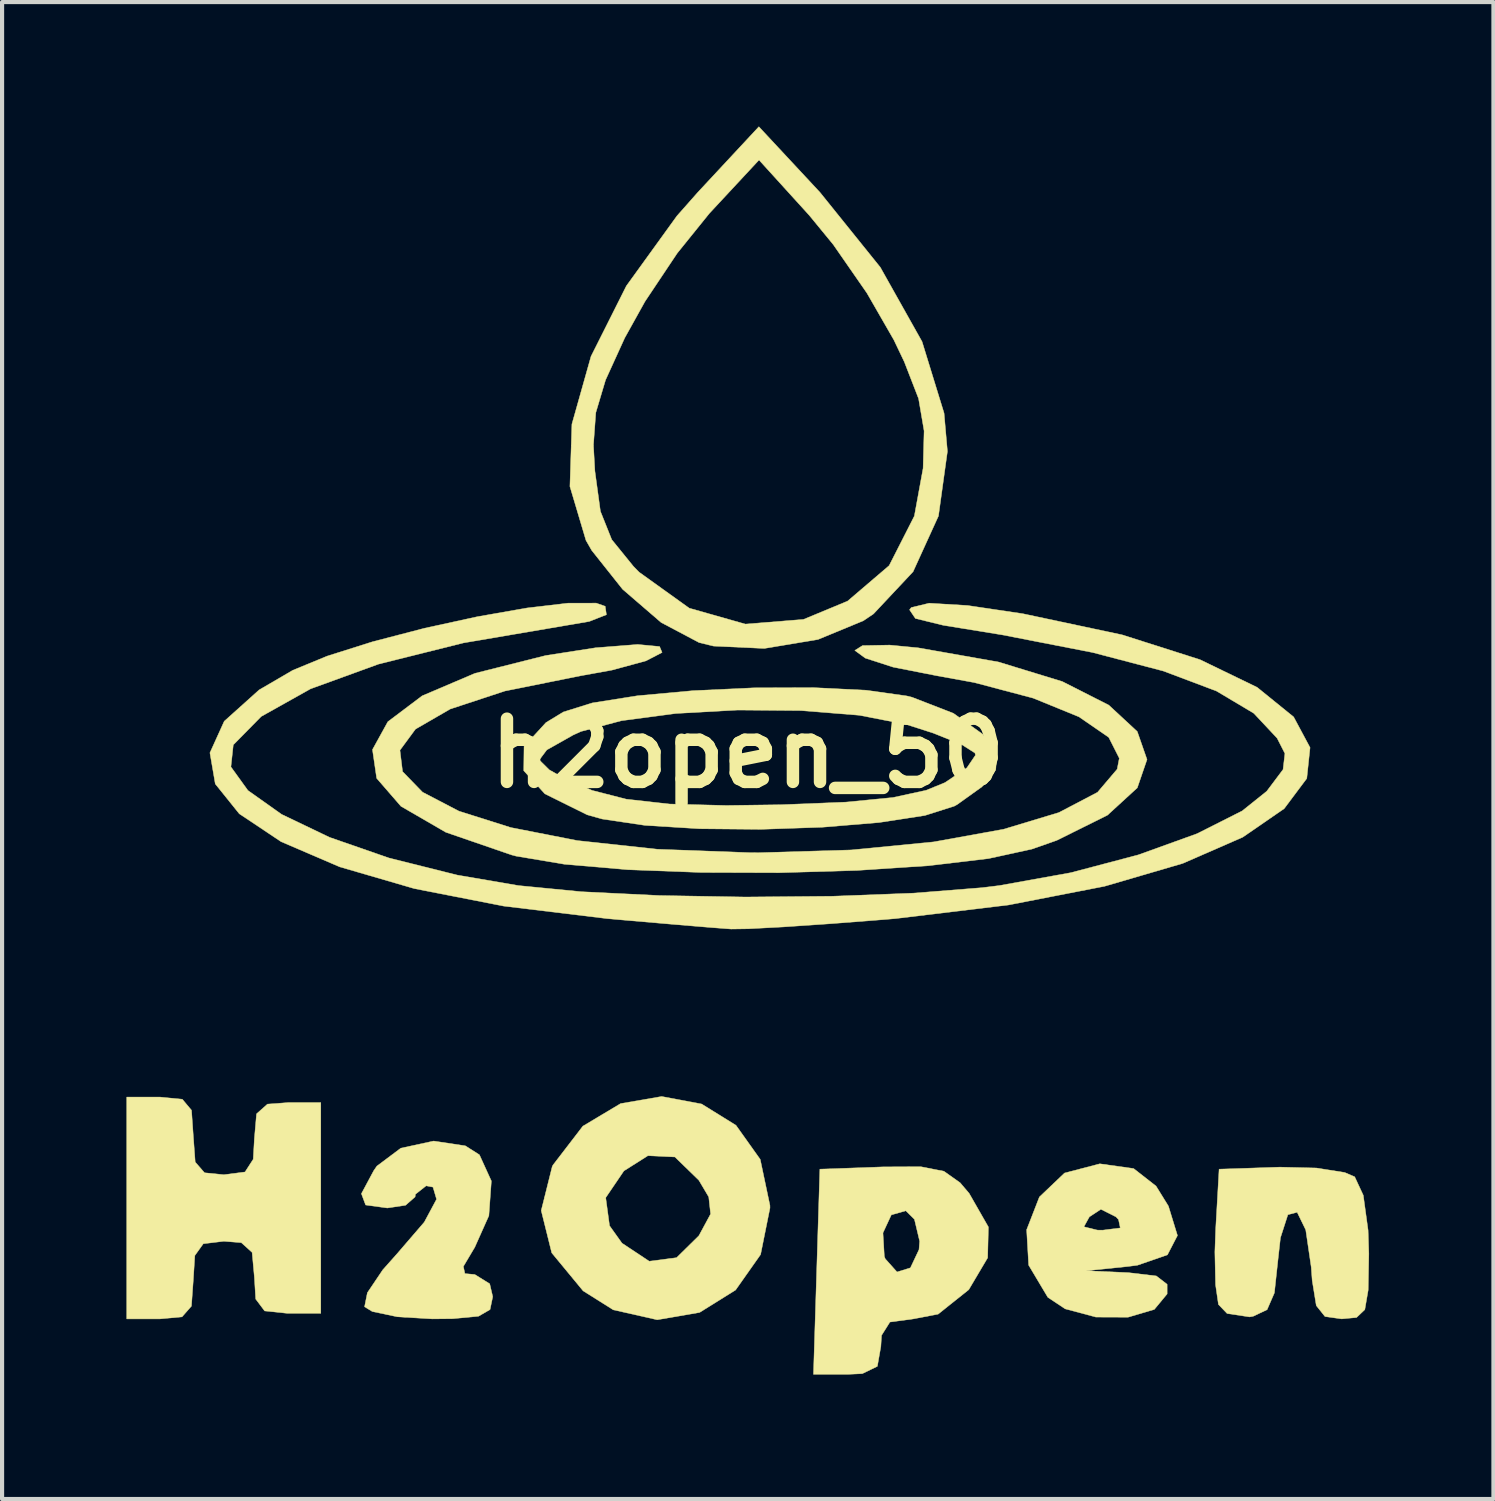
<source format=kicad_pcb>
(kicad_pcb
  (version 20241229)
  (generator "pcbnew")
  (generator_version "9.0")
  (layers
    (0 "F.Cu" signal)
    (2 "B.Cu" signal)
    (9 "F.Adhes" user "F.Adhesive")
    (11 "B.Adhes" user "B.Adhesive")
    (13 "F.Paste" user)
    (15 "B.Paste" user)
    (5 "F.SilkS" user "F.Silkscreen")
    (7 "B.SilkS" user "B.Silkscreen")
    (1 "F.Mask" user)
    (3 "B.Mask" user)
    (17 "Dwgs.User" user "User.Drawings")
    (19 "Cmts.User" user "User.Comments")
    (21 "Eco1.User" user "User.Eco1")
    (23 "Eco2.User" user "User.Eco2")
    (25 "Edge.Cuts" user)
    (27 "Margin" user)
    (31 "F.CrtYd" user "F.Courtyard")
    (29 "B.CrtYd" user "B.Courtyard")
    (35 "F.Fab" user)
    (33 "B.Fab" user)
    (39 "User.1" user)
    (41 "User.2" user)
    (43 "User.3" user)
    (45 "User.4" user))
  (footprint "h2open_50"
    (layer "F.Cu")
    (at 14.978 15.111)
    (property "Reference" "h2open_50" (at 0 0 0) (layer "F.SilkS") (effects (font (size 1.524 1.524) (thickness 0.3))))
    (attr through_hole)
    (fp_poly (pts (xy -13.632 8.341) (xy -13.411 8.605) (xy -13.368 9.224) (xy -13.322 9.854) (xy -13.097 10.113) (xy -12.631 10.16) (xy -12.121 10.094) (xy -11.923 9.787) (xy -11.895 9.291) (xy -11.843 8.692) (xy -11.58 8.458) (xy -11.096 8.422) (xy -10.294 8.422) (xy -10.294 13.502) (xy -11.096 13.502) (xy -11.648 13.444) (xy -11.863 13.158) (xy -11.895 12.633) (xy -11.95 12.033) (xy -12.21 11.798) (xy -12.631 11.764) (xy -13.127 11.824) (xy -13.331 12.109) (xy -13.368 12.7) (xy -13.413 13.329) (xy -13.64 13.587) (xy -14.171 13.636) (xy -14.973 13.636) (xy -14.973 8.288) (xy -14.171 8.288) (xy -13.632 8.341)) (stroke (width 0.01) (type solid)) (fill yes) (layer "F.SilkS"))
    (fp_poly (pts (xy 13.707 9.998) (xy 14.39 10.106) (xy 14.632 10.21) (xy 14.839 10.656) (xy 14.955 11.5) (xy 14.973 12.064) (xy 14.957 12.942) (xy 14.876 13.413) (xy 14.677 13.602) (xy 14.319 13.636) (xy 13.916 13.579) (xy 13.706 13.316) (xy 13.607 12.707) (xy 13.584 12.387) (xy 13.452 11.49) (xy 13.245 11.065) (xy 13.021 11.124) (xy 12.842 11.679) (xy 12.782 12.215) (xy 12.696 13.009) (xy 12.52 13.414) (xy 12.184 13.573) (xy 12.097 13.588) (xy 11.556 13.506) (xy 11.347 13.288) (xy 11.278 12.815) (xy 11.261 12.022) (xy 11.281 11.465) (xy 11.363 10.026) (xy 12.827 9.977) (xy 13.707 9.998)) (stroke (width 0.01) (type solid)) (fill yes) (layer "F.SilkS"))
    (fp_poly (pts (xy 4.728 10.076) (xy 5.119 10.353) (xy 5.337 10.609) (xy 5.801 11.42) (xy 5.783 12.163) (xy 5.328 12.931) (xy 4.59 13.521) (xy 3.991 13.636) (xy 3.427 13.712) (xy 3.225 14.033) (xy 3.208 14.304) (xy 3.124 14.78) (xy 2.761 14.956) (xy 2.396 14.973) (xy 1.584 14.973) (xy 1.661 12.499) (xy 1.69 11.562) (xy 3.259 11.562) (xy 3.292 12.127) (xy 3.314 12.187) (xy 3.598 12.505) (xy 3.921 12.405) (xy 4.128 11.966) (xy 4.144 11.764) (xy 4.018 11.235) (xy 3.81 11.029) (xy 3.46 11.129) (xy 3.259 11.562) (xy 1.69 11.562) (xy 1.738 10.026) (xy 3.265 9.971) (xy 4.171 9.967) (xy 4.728 10.076)) (stroke (width 0.01) (type solid)) (fill yes) (layer "F.SilkS"))
    (fp_poly (pts (xy -1.113 8.455) (xy -0.285 8.968) (xy 0.3 9.79) (xy 0.534 10.9) (xy 0.535 10.962) (xy 0.309 12.084) (xy -0.294 12.94) (xy -1.162 13.481) (xy -2.183 13.657) (xy -3.244 13.417) (xy -3.97 12.96) (xy -4.726 12.044) (xy -4.98 11.023) (xy -4.902 10.713) (xy -3.425 10.713) (xy -3.333 11.39) (xy -3.033 11.81) (xy -2.375 12.246) (xy -1.717 12.16) (xy -1.179 11.631) (xy -0.896 11.107) (xy -0.941 10.696) (xy -1.179 10.294) (xy -1.757 9.732) (xy -2.407 9.701) (xy -2.987 10.068) (xy -3.425 10.713) (xy -4.902 10.713) (xy -4.715 9.964) (xy -4.697 9.928) (xy -3.976 8.989) (xy -3.066 8.445) (xy -2.076 8.274) (xy -1.113 8.455)) (stroke (width 0.01) (type solid)) (fill yes) (layer "F.SilkS"))
    (fp_poly (pts (xy -6.81 9.463) (xy -6.47 9.679) (xy -6.182 10.311) (xy -6.242 11.148) (xy -6.581 11.907) (xy -6.857 12.372) (xy -6.82 12.544) (xy -6.581 12.566) (xy -6.222 12.789) (xy -6.149 13.101) (xy -6.214 13.411) (xy -6.492 13.572) (xy -7.112 13.631) (xy -7.604 13.636) (xy -8.445 13.586) (xy -9.052 13.458) (xy -9.239 13.344) (xy -9.171 13.005) (xy -8.799 12.452) (xy -8.453 12.063) (xy -7.799 11.303) (xy -7.503 10.751) (xy -7.589 10.459) (xy -7.754 10.427) (xy -8.013 10.631) (xy -8.021 10.695) (xy -8.25 10.896) (xy -8.689 10.962) (xy -9.213 10.89) (xy -9.315 10.617) (xy -9.017 10.061) (xy -8.942 9.952) (xy -8.365 9.52) (xy -7.573 9.348) (xy -6.81 9.463)) (stroke (width 0.01) (type solid)) (fill yes) (layer "F.SilkS"))
    (fp_poly (pts (xy 8.489 9.897) (xy 9.302 10.011) (xy 9.843 10.434) (xy 10.141 10.916) (xy 10.359 11.626) (xy 10.117 12.092) (xy 9.395 12.342) (xy 9.172 12.371) (xy 8.155 12.476) (xy 9.177 12.521) (xy 9.85 12.601) (xy 10.11 12.802) (xy 10.11 13.034) (xy 9.801 13.408) (xy 9.168 13.595) (xy 8.392 13.592) (xy 7.652 13.394) (xy 7.234 13.116) (xy 6.772 12.341) (xy 6.723 11.486) (xy 6.751 11.415) (xy 8.103 11.415) (xy 8.427 11.495) (xy 8.556 11.497) (xy 8.981 11.443) (xy 8.938 11.241) (xy 8.877 11.176) (xy 8.513 10.993) (xy 8.235 11.176) (xy 8.103 11.415) (xy 6.751 11.415) (xy 7.03 10.697) (xy 7.637 10.119) (xy 8.486 9.897) (xy 8.489 9.897)) (stroke (width 0.01) (type solid)) (fill yes) (layer "F.SilkS"))
    (fp_poly (pts (xy 1.74 -13.524) (xy 3.195 -11.717) (xy 4.201 -9.926) (xy 4.732 -8.201) (xy 4.813 -7.279) (xy 4.597 -5.721) (xy 3.985 -4.378) (xy 3.031 -3.361) (xy 2.785 -3.195) (xy 1.693 -2.744) (xy 0.398 -2.528) (xy -0.828 -2.585) (xy -1.175 -2.67) (xy -2.089 -3.154) (xy -3.017 -3.954) (xy -3.764 -4.894) (xy -3.901 -5.134) (xy -4.288 -6.433) (xy -4.256 -7.43) (xy -3.721 -7.43) (xy -3.686 -6.805) (xy -3.553 -5.835) (xy -3.28 -5.152) (xy -2.757 -4.507) (xy -2.619 -4.366) (xy -1.411 -3.499) (xy -0.058 -3.115) (xy 1.343 -3.228) (xy 2.406 -3.669) (xy 3.408 -4.525) (xy 4.016 -5.72) (xy 4.227 -6.872) (xy 4.251 -7.772) (xy 4.118 -8.551) (xy 3.773 -9.44) (xy 3.522 -9.966) (xy 2.872 -11.096) (xy 2.06 -12.266) (xy 1.485 -12.967) (xy 0.271 -14.304) (xy -0.925 -13.018) (xy -1.7 -12.058) (xy -2.478 -10.893) (xy -2.966 -10.016) (xy -3.429 -9) (xy -3.664 -8.213) (xy -3.721 -7.43) (xy -4.256 -7.43) (xy -4.24 -7.936) (xy -3.779 -9.571) (xy -2.927 -11.268) (xy -1.708 -12.955) (xy -1.205 -13.524) (xy 0.267 -15.106) (xy 1.74 -13.524)) (stroke (width 0.01) (type solid)) (fill yes) (layer "F.SilkS"))
    (fp_poly (pts (xy 2.857 -1.52) (xy 3.831 -1.383) (xy 3.958 -1.352) (xy 4.956 -0.965) (xy 5.667 -0.459) (xy 6 0.087) (xy 5.977 0.405) (xy 5.645 0.808) (xy 5.049 1.235) (xy 4.981 1.273) (xy 4.27 1.499) (xy 3.164 1.669) (xy 1.799 1.782) (xy 0.312 1.833) (xy -1.16 1.819) (xy -2.48 1.737) (xy -3.512 1.584) (xy -3.873 1.482) (xy -4.892 0.977) (xy -5.401 0.419) (xy -5.398 0.16) (xy -5.027 0.16) (xy -4.785 0.399) (xy -4.478 0.572) (xy -3.755 0.894) (xy -2.929 1.106) (xy -1.888 1.223) (xy -0.515 1.258) (xy 0.802 1.24) (xy 2.367 1.177) (xy 3.5 1.066) (xy 4.3 0.892) (xy 4.755 0.706) (xy 5.283 0.349) (xy 5.49 0.044) (xy 5.476 -0.008) (xy 5.152 -0.214) (xy 4.474 -0.486) (xy 3.817 -0.697) (xy 2.688 -0.917) (xy 1.285 -1.03) (xy -0.239 -1.043) (xy -1.734 -0.96) (xy -3.045 -0.786) (xy -4.022 -0.526) (xy -4.211 -0.44) (xy -4.845 -0.082) (xy -5.027 0.16) (xy -5.398 0.16) (xy -5.394 -0.164) (xy -4.865 -0.741) (xy -4.446 -0.996) (xy -3.751 -1.214) (xy -2.662 -1.387) (xy -1.318 -1.51) (xy 0.143 -1.578) (xy 1.581 -1.583) (xy 2.857 -1.52)) (stroke (width 0.01) (type solid)) (fill yes) (layer "F.SilkS"))
    (fp_poly (pts (xy -2.126 -2.574) (xy -2.066 -2.43) (xy -2.456 -2.228) (xy -3.274 -2.006) (xy -4.029 -1.869) (xy -5.854 -1.502) (xy -7.174 -1.067) (xy -8.011 -0.583) (xy -8.386 -0.074) (xy -8.323 0.44) (xy -7.841 0.937) (xy -6.965 1.394) (xy -5.714 1.79) (xy -4.112 2.104) (xy -2.18 2.313) (xy 0.06 2.396) (xy 0.267 2.397) (xy 2.497 2.33) (xy 4.481 2.136) (xy 6.167 1.831) (xy 7.501 1.428) (xy 8.432 0.94) (xy 8.906 0.382) (xy 8.957 0.119) (xy 8.702 -0.385) (xy 7.985 -0.879) (xy 6.881 -1.33) (xy 5.46 -1.706) (xy 4.563 -1.869) (xy 3.503 -2.078) (xy 2.833 -2.295) (xy 2.58 -2.48) (xy 2.767 -2.597) (xy 3.421 -2.609) (xy 4.106 -2.543) (xy 6.045 -2.201) (xy 7.583 -1.73) (xy 8.704 -1.161) (xy 9.39 -0.525) (xy 9.625 0.15) (xy 9.391 0.832) (xy 8.671 1.492) (xy 7.449 2.099) (xy 6.848 2.31) (xy 5.803 2.538) (xy 4.356 2.71) (xy 2.633 2.824) (xy 0.765 2.879) (xy -1.12 2.873) (xy -2.893 2.806) (xy -4.425 2.674) (xy -5.589 2.478) (xy -5.689 2.452) (xy -7.28 1.904) (xy -8.362 1.277) (xy -8.947 0.602) (xy -9.048 -0.089) (xy -8.677 -0.762) (xy -7.849 -1.386) (xy -6.577 -1.928) (xy -4.872 -2.357) (xy -3.67 -2.544) (xy -2.654 -2.624) (xy -2.126 -2.574)) (stroke (width 0.01) (type solid)) (fill yes) (layer "F.SilkS"))
    (fp_poly (pts (xy -3.438 -3.545) (xy -3.408 -3.341) (xy -3.821 -3.179) (xy -4.446 -3.072) (xy -6.857 -2.661) (xy -8.903 -2.15) (xy -10.541 -1.554) (xy -11.73 -0.888) (xy -12.404 -0.203) (xy -12.461 0.327) (xy -12.051 0.896) (xy -11.237 1.473) (xy -10.083 2.026) (xy -8.651 2.524) (xy -7.005 2.936) (xy -5.529 3.189) (xy -4.012 3.337) (xy -2.132 3.429) (xy -0.057 3.465) (xy 2.044 3.446) (xy 4.001 3.371) (xy 5.647 3.24) (xy 6.063 3.189) (xy 7.79 2.878) (xy 9.417 2.448) (xy 10.831 1.938) (xy 11.921 1.388) (xy 12.512 0.914) (xy 12.905 0.391) (xy 12.95 0.005) (xy 12.762 -0.364) (xy 12.199 -0.965) (xy 11.299 -1.501) (xy 10.017 -1.984) (xy 8.311 -2.431) (xy 6.137 -2.855) (xy 4.711 -3.087) (xy 4.041 -3.251) (xy 3.9 -3.46) (xy 3.942 -3.514) (xy 4.373 -3.619) (xy 5.301 -3.563) (xy 6.632 -3.365) (xy 9.025 -2.856) (xy 10.904 -2.257) (xy 12.279 -1.591) (xy 13.16 -0.877) (xy 13.556 -0.138) (xy 13.477 0.606) (xy 12.932 1.334) (xy 11.932 2.023) (xy 10.485 2.655) (xy 8.601 3.206) (xy 6.29 3.656) (xy 3.561 3.985) (xy 3.278 4.009) (xy 1.989 4.109) (xy 0.858 4.186) (xy 0.012 4.231) (xy -0.401 4.237) (xy -0.898 4.199) (xy -1.773 4.126) (xy -2.874 4.031) (xy -3.394 3.985) (xy -5.887 3.683) (xy -8.042 3.261) (xy -9.838 2.738) (xy -11.251 2.131) (xy -12.259 1.458) (xy -12.838 0.738) (xy -12.967 -0.012) (xy -12.622 -0.773) (xy -11.781 -1.528) (xy -10.969 -2.002) (xy -10.139 -2.344) (xy -9.044 -2.69) (xy -7.799 -3.014) (xy -6.521 -3.293) (xy -5.326 -3.503) (xy -4.332 -3.62) (xy -3.655 -3.621) (xy -3.438 -3.545)) (stroke (width 0.01) (type solid)) (fill yes) (layer "F.SilkS")))
  (gr_rect
    (start -3 -3)
    (end 32.955 33.089)
    (stroke (width 0.1) (type default))
    (fill no)
    (layer "Edge.Cuts")))
</source>
